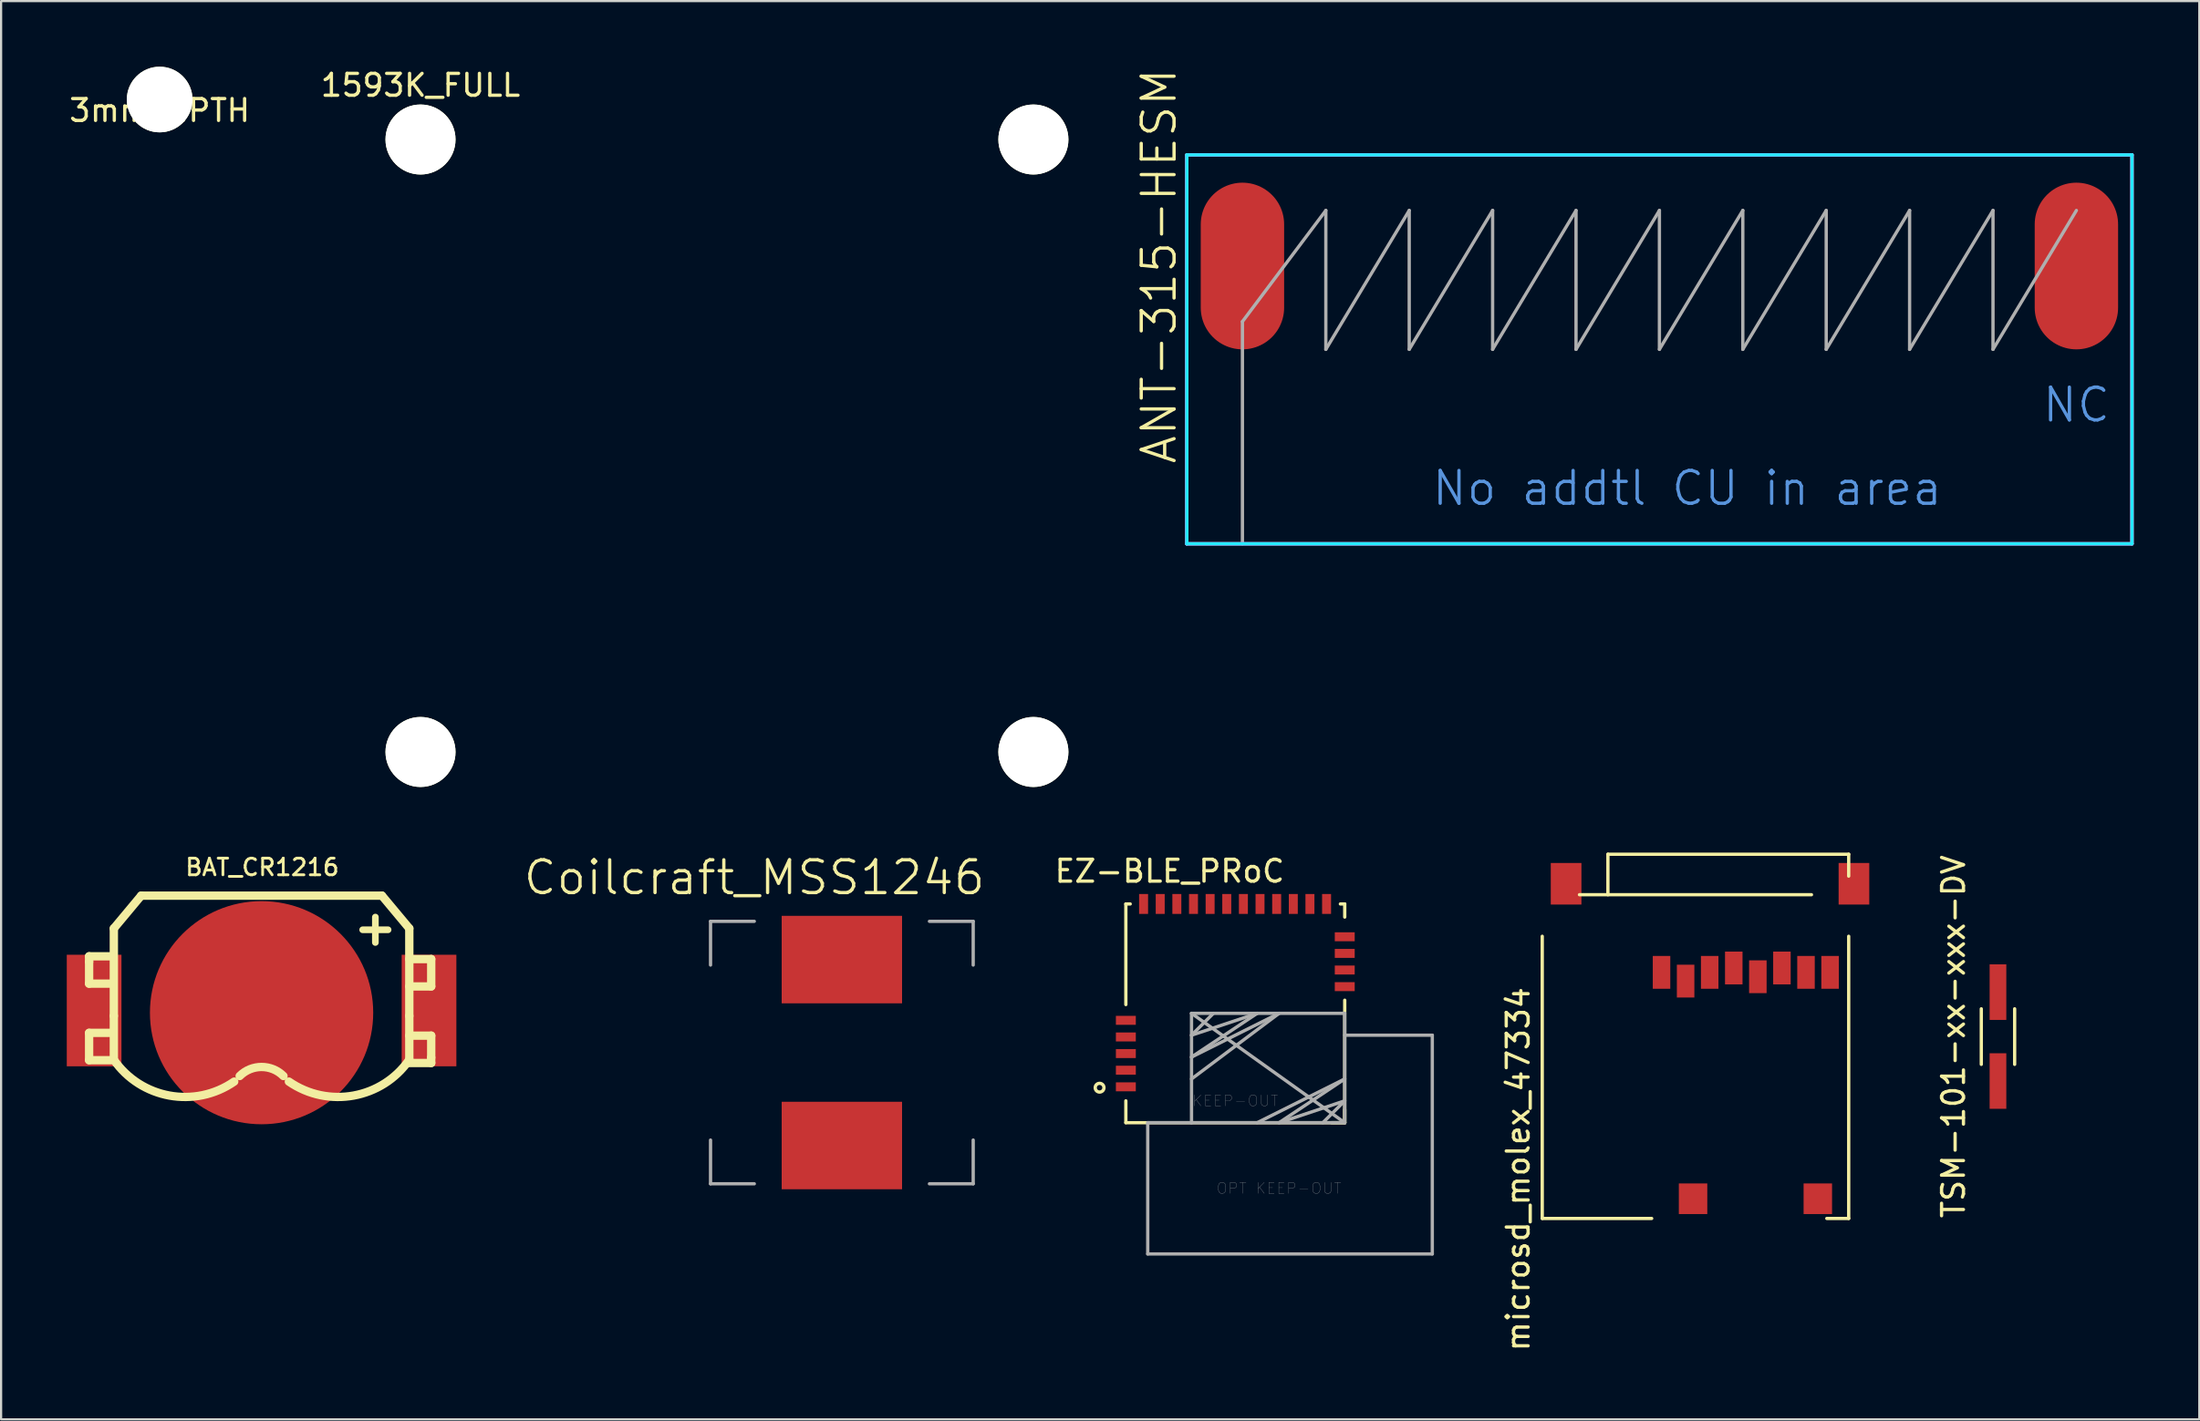
<source format=kicad_pcb>
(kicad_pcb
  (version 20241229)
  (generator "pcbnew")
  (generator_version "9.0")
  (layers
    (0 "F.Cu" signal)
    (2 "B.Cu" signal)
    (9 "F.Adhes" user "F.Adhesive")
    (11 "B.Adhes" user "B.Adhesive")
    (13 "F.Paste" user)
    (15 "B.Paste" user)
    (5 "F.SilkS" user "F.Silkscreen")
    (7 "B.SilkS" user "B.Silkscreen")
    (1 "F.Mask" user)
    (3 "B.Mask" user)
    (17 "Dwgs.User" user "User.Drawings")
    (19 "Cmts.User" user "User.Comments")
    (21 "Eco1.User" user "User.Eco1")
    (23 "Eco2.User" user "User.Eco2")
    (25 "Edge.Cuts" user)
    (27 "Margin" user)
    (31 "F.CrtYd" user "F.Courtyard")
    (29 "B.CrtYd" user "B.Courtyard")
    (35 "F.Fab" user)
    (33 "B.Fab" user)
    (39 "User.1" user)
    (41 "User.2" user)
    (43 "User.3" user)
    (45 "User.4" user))
  (footprint "ANT-315-HESM"
    (layer "F.Cu")
    (at 53.711 9.111)
    (property "Reference" "ANT-315-HESM" (at -3.81 0 90) (layer "F.SilkS") (effects (font (size 1.5 1.5) (thickness 0.15))))
    (attr through_hole)
    (fp_line (start -2.54 -5.08) (end 40.64 -5.08) (stroke (width 0.15) (type solid)) (layer "F.SilkS"))
    (fp_line (start -2.54 12.7) (end -2.54 -5.08) (stroke (width 0.15) (type solid)) (layer "F.SilkS"))
    (fp_line (start 40.64 -5.08) (end 40.64 12.7) (stroke (width 0.15) (type solid)) (layer "F.SilkS"))
    (fp_line (start 40.64 12.7) (end -2.54 12.7) (stroke (width 0.15) (type solid)) (layer "F.SilkS"))
    (fp_line (start -2.54 -5.08) (end 40.64 -5.08) (stroke (width 0.15) (type solid)) (layer "B.CrtYd"))
    (fp_line (start -2.54 12.7) (end -2.54 -5.08) (stroke (width 0.15) (type solid)) (layer "B.CrtYd"))
    (fp_line (start 40.64 -5.08) (end 40.64 12.7) (stroke (width 0.15) (type solid)) (layer "B.CrtYd"))
    (fp_line (start 40.64 12.7) (end -2.54 12.7) (stroke (width 0.15) (type solid)) (layer "B.CrtYd"))
    (fp_line (start -2.54 -5.08) (end 40.64 -5.08) (stroke (width 0.15) (type solid)) (layer "F.CrtYd"))
    (fp_line (start -2.54 12.7) (end -2.54 -5.08) (stroke (width 0.15) (type solid)) (layer "F.CrtYd"))
    (fp_line (start 40.64 -5.08) (end 40.64 12.7) (stroke (width 0.15) (type solid)) (layer "F.CrtYd"))
    (fp_line (start 40.64 12.7) (end -2.54 12.7) (stroke (width 0.15) (type solid)) (layer "F.CrtYd"))
    (fp_line (start 0 2.54) (end 0 12.7) (stroke (width 0.15) (type solid)) (layer "F.Fab"))
    (fp_line (start 0 2.54) (end 3.81 -2.54) (stroke (width 0.15) (type solid)) (layer "F.Fab"))
    (fp_line (start 3.81 -2.54) (end 3.81 3.81) (stroke (width 0.15) (type solid)) (layer "F.Fab"))
    (fp_line (start 3.81 3.81) (end 7.62 -2.54) (stroke (width 0.15) (type solid)) (layer "F.Fab"))
    (fp_line (start 7.62 -2.54) (end 7.62 3.81) (stroke (width 0.15) (type solid)) (layer "F.Fab"))
    (fp_line (start 7.62 3.81) (end 11.43 -2.54) (stroke (width 0.15) (type solid)) (layer "F.Fab"))
    (fp_line (start 11.43 -2.54) (end 11.43 3.81) (stroke (width 0.15) (type solid)) (layer "F.Fab"))
    (fp_line (start 11.43 3.81) (end 15.24 -2.54) (stroke (width 0.15) (type solid)) (layer "F.Fab"))
    (fp_line (start 15.24 -2.54) (end 15.24 3.81) (stroke (width 0.15) (type solid)) (layer "F.Fab"))
    (fp_line (start 15.24 3.81) (end 19.05 -2.54) (stroke (width 0.15) (type solid)) (layer "F.Fab"))
    (fp_line (start 19.05 -2.54) (end 19.05 3.81) (stroke (width 0.15) (type solid)) (layer "F.Fab"))
    (fp_line (start 19.05 3.81) (end 22.86 -2.54) (stroke (width 0.15) (type solid)) (layer "F.Fab"))
    (fp_line (start 22.86 -2.54) (end 22.86 3.81) (stroke (width 0.15) (type solid)) (layer "F.Fab"))
    (fp_line (start 22.86 3.81) (end 26.67 -2.54) (stroke (width 0.15) (type solid)) (layer "F.Fab"))
    (fp_line (start 26.67 -2.54) (end 26.67 3.81) (stroke (width 0.15) (type solid)) (layer "F.Fab"))
    (fp_line (start 26.67 3.81) (end 30.48 -2.54) (stroke (width 0.15) (type solid)) (layer "F.Fab"))
    (fp_line (start 30.48 -2.54) (end 30.48 3.81) (stroke (width 0.15) (type solid)) (layer "F.Fab"))
    (fp_line (start 30.48 3.81) (end 34.29 -2.54) (stroke (width 0.15) (type solid)) (layer "F.Fab"))
    (fp_line (start 34.29 -2.54) (end 34.29 3.81) (stroke (width 0.15) (type solid)) (layer "F.Fab"))
    (fp_line (start 34.29 3.81) (end 38.1 -2.54) (stroke (width 0.15) (type solid)) (layer "F.Fab"))
    (fp_text user "NC" (at 38.1 6.35 180) (layer "Cmts.User") (effects (font (size 1.5 1.5) (thickness 0.15))))
    (fp_text user "No addtl CU in area" (at 20.32 10.16 0) (layer "Cmts.User") (effects (font (size 1.5 1.5) (thickness 0.15))))
    (pad "1" smd oval (at 0 0) (size 3.81 7.62) (layers "F.Cu" "F.Mask" "F.Paste"))
    (pad "2" smd oval (at 38.1 0) (size 3.81 7.62) (layers "F.Cu" "F.Mask" "F.Paste")))
  (footprint "1593K_FULL"
    (layer "F.Cu")
    (at 16.161 31.328)
    (property "Reference" "1593K_FULL" (at 0 -30.48 0) (layer "F.SilkS") (effects (font (size 1 1) (thickness 0.15))))
    (attr through_hole)
    (pad "" np_thru_hole circle (at 0 -28) (size 3.2 3.2) (drill 3.2) (layers "*.Cu" "*.Mask" "F.SilkS"))
    (pad "" np_thru_hole circle (at 0 0) (size 3.2 3.2) (drill 3.2) (layers "*.Cu" "*.Mask" "F.SilkS"))
    (pad "" np_thru_hole circle (at 28 -28) (size 3.2 3.2) (drill 3.2) (layers "*.Cu" "*.Mask" "F.SilkS"))
    (pad "" np_thru_hole circle (at 28 0) (size 3.2 3.2) (drill 3.2) (layers "*.Cu" "*.Mask" "F.SilkS")))
  (footprint "Coilcraft_MSS1246"
    (layer "F.Cu")
    (at 35.411 45.069)
    (property "Reference" "Coilcraft_MSS1246" (at -4 -8 0) (layer "F.SilkS") (effects (font (size 1.5 1.5) (thickness 0.15))))
    (attr through_hole)
    (fp_line (start -6 -6) (end -4 -6) (stroke (width 0.15) (type solid)) (layer "F.Fab"))
    (fp_line (start -6 -4) (end -6 -6) (stroke (width 0.15) (type solid)) (layer "F.Fab"))
    (fp_line (start -6 6) (end -6 4) (stroke (width 0.15) (type solid)) (layer "F.Fab"))
    (fp_line (start -4 6) (end -6 6) (stroke (width 0.15) (type solid)) (layer "F.Fab"))
    (fp_line (start 4 -6) (end 6 -6) (stroke (width 0.15) (type solid)) (layer "F.Fab"))
    (fp_line (start 6 -6) (end 6 -4) (stroke (width 0.15) (type solid)) (layer "F.Fab"))
    (fp_line (start 6 4) (end 6 6) (stroke (width 0.15) (type solid)) (layer "F.Fab"))
    (fp_line (start 6 6) (end 4 6) (stroke (width 0.15) (type solid)) (layer "F.Fab"))
    (pad "1" smd rect (at 0 -4.25) (size 5.5 4) (layers "F.Cu" "F.Mask" "F.Paste"))
    (pad "2" smd rect (at 0 4.25) (size 5.5 4) (layers "F.Cu" "F.Mask" "F.Paste")))
  (footprint "microsd_molex_47334"
    (layer "F.Cu")
    (at 79.998 51.753)
    (property "Reference" "microsd_molex_47334" (at -13.69 -1.35 90) (layer "F.SilkS") (effects (font (size 1 1) (thickness 0.15))))
    (attr through_hole)
    (fp_line (start -12.59 -12) (end -12.59 0.9) (stroke (width 0.15) (type solid)) (layer "F.SilkS"))
    (fp_line (start -12.59 0.9) (end -7.59 0.9) (stroke (width 0.15) (type solid)) (layer "F.SilkS"))
    (fp_line (start -10.89 -13.9) (end -0.29 -13.9) (stroke (width 0.15) (type solid)) (layer "F.SilkS"))
    (fp_line (start -9.59 -15.75) (end -9.59 -13.9) (stroke (width 0.15) (type solid)) (layer "F.SilkS"))
    (fp_line (start 0.41 0.9) (end 1.41 0.9) (stroke (width 0.15) (type solid)) (layer "F.SilkS"))
    (fp_line (start 1.41 -15.75) (end -9.59 -15.75) (stroke (width 0.15) (type solid)) (layer "F.SilkS"))
    (fp_line (start 1.41 -14.75) (end 1.41 -15.75) (stroke (width 0.15) (type solid)) (layer "F.SilkS"))
    (fp_line (start 1.41 -12) (end 1.41 0.9) (stroke (width 0.15) (type solid)) (layer "F.SilkS"))
    (pad "1" smd rect (at -7.14 -10.35) (size 0.8 1.5) (layers "F.Cu" "F.Mask" "F.Paste"))
    (pad "2" smd rect (at -6.04 -9.95) (size 0.8 1.5) (layers "F.Cu" "F.Mask" "F.Paste"))
    (pad "3" smd rect (at -4.94 -10.35) (size 0.8 1.5) (layers "F.Cu" "F.Mask" "F.Paste"))
    (pad "4" smd rect (at -3.84 -10.55) (size 0.8 1.5) (layers "F.Cu" "F.Mask" "F.Paste"))
    (pad "5" smd rect (at -2.74 -10.15) (size 0.8 1.5) (layers "F.Cu" "F.Mask" "F.Paste"))
    (pad "6" smd rect (at -1.64 -10.55) (size 0.8 1.5) (layers "F.Cu" "F.Mask" "F.Paste"))
    (pad "7" smd rect (at -0.54 -10.35) (size 0.8 1.5) (layers "F.Cu" "F.Mask" "F.Paste"))
    (pad "8" smd rect (at 0.56 -10.35) (size 0.8 1.5) (layers "F.Cu" "F.Mask" "F.Paste"))
    (pad "CS" smd rect (at -11.5 -14.4) (size 1.4 1.9) (layers "F.Cu" "F.Mask" "F.Paste"))
    (pad "CS" smd rect (at -5.7 0) (size 1.3 1.4) (layers "F.Cu" "F.Mask" "F.Paste"))
    (pad "CS" smd rect (at 0 0) (size 1.3 1.4) (layers "F.Cu" "F.Mask" "F.Paste"))
    (pad "CS" smd rect (at 1.65 -14.4) (size 1.4 1.9) (layers "F.Cu" "F.Mask" "F.Paste")))
  (footprint "TSM-101-xx-xxx-DV"
    (layer "F.Cu")
    (at 88.228 44.339)
    (property "Reference" "TSM-101-xx-xxx-DV" (at -2.032 0 90) (layer "F.SilkS") (effects (font (size 1 1) (thickness 0.15))))
    (attr through_hole)
    (fp_line (start -0.762 1.27) (end -0.762 -1.27) (stroke (width 0.15) (type solid)) (layer "F.SilkS"))
    (fp_line (start 0.762 1.27) (end 0.762 -1.27) (stroke (width 0.15) (type solid)) (layer "F.SilkS"))
    (pad "1" smd rect (at 0 -2.032) (size 0.762 2.54) (layers "F.Cu" "F.Mask" "F.Paste"))
    (pad "2" smd rect (at 0 2.032) (size 0.762 2.54) (layers "F.Cu" "F.Mask" "F.Paste")))
  (footprint "EZ-BLE_PRoC"
    (layer "F.Cu")
    (at 48.385 48.276)
    (property "Reference" "EZ-BLE_PRoC" (at 2 -11.5 0) (layer "F.SilkS") (effects (font (size 1 1) (thickness 0.15))))
    (attr through_hole)
    (fp_line (start 0 -10) (end 0 -5.4) (stroke (width 0.15) (type solid)) (layer "F.SilkS"))
    (fp_line (start 0 -1) (end 0 0) (stroke (width 0.15) (type solid)) (layer "F.SilkS"))
    (fp_line (start 0 0) (end 10 0) (stroke (width 0.15) (type solid)) (layer "F.SilkS"))
    (fp_line (start 0.2 -10) (end 0 -10) (stroke (width 0.15) (type solid)) (layer "F.SilkS"))
    (fp_line (start 10 -10) (end 9.8 -10) (stroke (width 0.15) (type solid)) (layer "F.SilkS"))
    (fp_line (start 10 -10) (end 10 -9.4) (stroke (width 0.15) (type solid)) (layer "F.SilkS"))
    (fp_line (start 10 -0.6) (end 10 0) (stroke (width 0.15) (type solid)) (layer "F.SilkS"))
    (fp_line (start 10 0) (end 9.4 0) (stroke (width 0.15) (type solid)) (layer "F.SilkS"))
    (fp_line (start 10 0) (end 10 -5.6) (stroke (width 0.15) (type solid)) (layer "F.SilkS"))
    (fp_circle (center -1.2 -1.6) (end -1.2 -1.8) (stroke (width 0.15) (type solid)) (fill no) (layer "F.SilkS"))
    (fp_line (start 1 0) (end 3 0) (stroke (width 0.15) (type solid)) (layer "F.Fab"))
    (fp_line (start 1 6) (end 1 0) (stroke (width 0.15) (type solid)) (layer "F.Fab"))
    (fp_line (start 3 -5) (end 3 0) (stroke (width 0.15) (type solid)) (layer "F.Fab"))
    (fp_line (start 3 -5) (end 10 0) (stroke (width 0.15) (type solid)) (layer "F.Fab"))
    (fp_line (start 3 -4) (end 4 -5) (stroke (width 0.15) (type solid)) (layer "F.Fab"))
    (fp_line (start 3 -3) (end 6 -5) (stroke (width 0.15) (type solid)) (layer "F.Fab"))
    (fp_line (start 3 -2) (end 7 -5) (stroke (width 0.15) (type solid)) (layer "F.Fab"))
    (fp_line (start 3 0) (end 10 0) (stroke (width 0.15) (type solid)) (layer "F.Fab"))
    (fp_line (start 6 -5) (end 3 -4) (stroke (width 0.15) (type solid)) (layer "F.Fab"))
    (fp_line (start 6 0) (end 10 -2) (stroke (width 0.15) (type solid)) (layer "F.Fab"))
    (fp_line (start 7 -5) (end 3 -3) (stroke (width 0.15) (type solid)) (layer "F.Fab"))
    (fp_line (start 7 0) (end 10 -1) (stroke (width 0.15) (type solid)) (layer "F.Fab"))
    (fp_line (start 10 -5) (end 3 -5) (stroke (width 0.15) (type solid)) (layer "F.Fab"))
    (fp_line (start 10 -4) (end 14 -4) (stroke (width 0.15) (type solid)) (layer "F.Fab"))
    (fp_line (start 10 -2) (end 7 0) (stroke (width 0.15) (type solid)) (layer "F.Fab"))
    (fp_line (start 10 -1) (end 9 0) (stroke (width 0.15) (type solid)) (layer "F.Fab"))
    (fp_line (start 10 0) (end 10 -5) (stroke (width 0.15) (type solid)) (layer "F.Fab"))
    (fp_line (start 14 -4) (end 14 6) (stroke (width 0.15) (type solid)) (layer "F.Fab"))
    (fp_line (start 14 6) (end 1 6) (stroke (width 0.15) (type solid)) (layer "F.Fab"))
    (fp_text user "KEEP-OUT" (at 5 -1 180) (layer "F.Fab") (effects (font (size 0.5 0.5) (thickness 0.01))))
    (fp_text user "OPT KEEP-OUT" (at 7 3 0) (layer "F.Fab") (effects (font (size 0.5 0.5) (thickness 0.01))))
    (pad "1" smd rect (at 0 -1.64) (size 0.91 0.41) (layers "F.Cu" "F.Mask" "F.Paste"))
    (pad "2" smd rect (at 0 -2.4) (size 0.91 0.41) (layers "F.Cu" "F.Mask" "F.Paste"))
    (pad "3" smd rect (at 0 -3.16) (size 0.91 0.41) (layers "F.Cu" "F.Mask" "F.Paste"))
    (pad "4" smd rect (at 0 -3.92) (size 0.91 0.41) (layers "F.Cu" "F.Mask" "F.Paste"))
    (pad "5" smd rect (at 0 -4.68) (size 0.91 0.41) (layers "F.Cu" "F.Mask" "F.Paste"))
    (pad "6" smd rect (at 0.81 -10 90) (size 0.91 0.41) (layers "F.Cu" "F.Mask" "F.Paste"))
    (pad "7" smd rect (at 1.57 -10 90) (size 0.91 0.41) (layers "F.Cu" "F.Mask" "F.Paste"))
    (pad "8" smd rect (at 2.33 -10 90) (size 0.91 0.41) (layers "F.Cu" "F.Mask" "F.Paste"))
    (pad "9" smd rect (at 3.09 -10 90) (size 0.91 0.41) (layers "F.Cu" "F.Mask" "F.Paste"))
    (pad "10" smd rect (at 3.85 -10 90) (size 0.91 0.41) (layers "F.Cu" "F.Mask" "F.Paste"))
    (pad "11" smd rect (at 4.61 -10 90) (size 0.91 0.41) (layers "F.Cu" "F.Mask" "F.Paste"))
    (pad "12" smd rect (at 5.37 -10 90) (size 0.91 0.41) (layers "F.Cu" "F.Mask" "F.Paste"))
    (pad "13" smd rect (at 6.13 -10 90) (size 0.91 0.41) (layers "F.Cu" "F.Mask" "F.Paste"))
    (pad "14" smd rect (at 6.89 -10 90) (size 0.91 0.41) (layers "F.Cu" "F.Mask" "F.Paste"))
    (pad "15" smd rect (at 7.65 -10 90) (size 0.91 0.41) (layers "F.Cu" "F.Mask" "F.Paste"))
    (pad "16" smd rect (at 8.41 -10 90) (size 0.91 0.41) (layers "F.Cu" "F.Mask" "F.Paste"))
    (pad "17" smd rect (at 9.17 -10 90) (size 0.91 0.41) (layers "F.Cu" "F.Mask" "F.Paste"))
    (pad "18" smd rect (at 10 -8.5) (size 0.91 0.41) (layers "F.Cu" "F.Mask" "F.Paste"))
    (pad "19" smd rect (at 10 -7.74) (size 0.91 0.41) (layers "F.Cu" "F.Mask" "F.Paste"))
    (pad "20" smd rect (at 10 -6.98) (size 0.91 0.41) (layers "F.Cu" "F.Mask" "F.Paste"))
    (pad "21" smd rect (at 10 -6.22) (size 0.91 0.41) (layers "F.Cu" "F.Mask" "F.Paste")))
  (footprint "BAT_CR1216"
    (layer "F.Cu")
    (at 8.9 43.247)
    (property "Reference" "BAT_CR1216" (at 0.03 -6.65 0) (layer "F.SilkS") (effects (font (size 0.762 0.762) (thickness 0.127))))
    (attr through_hole)
    (fp_line (start -7.879 -2.578) (end -6.878 -2.578) (stroke (width 0.381) (type solid)) (layer "F.SilkS"))
    (fp_line (start -7.879 -2.329) (end -7.879 -2.578) (stroke (width 0.381) (type solid)) (layer "F.SilkS"))
    (fp_line (start -7.879 -1.328) (end -7.879 -2.329) (stroke (width 0.381) (type solid)) (layer "F.SilkS"))
    (fp_line (start -7.879 0.922) (end -6.878 0.922) (stroke (width 0.381) (type solid)) (layer "F.SilkS"))
    (fp_line (start -7.879 2.172) (end -7.879 0.922) (stroke (width 0.381) (type solid)) (layer "F.SilkS"))
    (fp_line (start -6.878 -1.328) (end -7.879 -1.328) (stroke (width 0.381) (type solid)) (layer "F.SilkS"))
    (fp_line (start -6.878 2.172) (end -7.879 2.172) (stroke (width 0.381) (type solid)) (layer "F.SilkS"))
    (fp_line (start -6.749 -3.853) (end -6.749 0.147) (stroke (width 0.381) (type solid)) (layer "F.SilkS"))
    (fp_line (start -6.749 0.147) (end -6.749 2.149) (stroke (width 0.381) (type solid)) (layer "F.SilkS"))
    (fp_line (start -5.499 -5.352) (end -6.749 -3.853) (stroke (width 0.381) (type solid)) (layer "F.SilkS"))
    (fp_line (start 5.499 -5.352) (end -5.499 -5.352) (stroke (width 0.381) (type solid)) (layer "F.SilkS"))
    (fp_line (start 5.499 -5.352) (end 6.749 -3.853) (stroke (width 0.381) (type solid)) (layer "F.SilkS"))
    (fp_line (start 6.749 -3.853) (end 6.749 0.147) (stroke (width 0.381) (type solid)) (layer "F.SilkS"))
    (fp_line (start 6.749 -2.451) (end 7.75 -2.451) (stroke (width 0.381) (type solid)) (layer "F.SilkS"))
    (fp_line (start 6.749 0.147) (end 6.749 2.149) (stroke (width 0.381) (type solid)) (layer "F.SilkS"))
    (fp_line (start 6.749 1.049) (end 7.75 1.049) (stroke (width 0.381) (type solid)) (layer "F.SilkS"))
    (fp_line (start 7.75 -2.451) (end 7.75 -1.201) (stroke (width 0.381) (type solid)) (layer "F.SilkS"))
    (fp_line (start 7.75 -1.201) (end 6.749 -1.201) (stroke (width 0.381) (type solid)) (layer "F.SilkS"))
    (fp_line (start 7.75 1.049) (end 7.75 2.05) (stroke (width 0.381) (type solid)) (layer "F.SilkS"))
    (fp_line (start 7.75 2.05) (end 7.75 2.299) (stroke (width 0.381) (type solid)) (layer "F.SilkS"))
    (fp_line (start 7.75 2.299) (end 6.749 2.299) (stroke (width 0.381) (type solid)) (layer "F.SilkS"))
    (fp_arc (start -1.24968 3.1496) (mid -4.207764 3.788647) (end -6.75132 2.14884) (stroke (width 0.381) (type solid)) (layer "F.SilkS"))
    (fp_arc (start -1.00076 2.8956) (mid 0 2.481072) (end 1.00076 2.8956) (stroke (width 0.381) (type solid)) (layer "F.SilkS"))
    (fp_arc (start 6.74878 2.14884) (mid 4.205224 3.788647) (end 1.24714 3.1496) (stroke (width 0.381) (type solid)) (layer "F.SilkS"))
    (fp_text user "+" (at 5.199 -3.899 0) (layer "F.SilkS") (effects (font (size 1.524 1.524) (thickness 0.305))))
    (pad "1" smd rect (at -7.65 -0.099 180) (size 2.499 5.1) (layers "F.Cu" "F.Mask" "F.Paste"))
    (pad "1" smd rect (at 7.65 -0.099 180) (size 2.499 5.1) (layers "F.Cu" "F.Mask" "F.Paste"))
    (pad "2" smd circle (at 0 0 180) (size 10.201 10.201) (layers "F.Cu" "F.Mask" "F.Paste")))
  (footprint "3mm_NPTH"
    (layer "F.Cu")
    (at 4.244 1.5)
    (property "Reference" "3mm_NPTH" (at 0 0.5 0) (layer "F.SilkS") (effects (font (size 1 1) (thickness 0.15))))
    (attr through_hole)
    (pad "" np_thru_hole circle (at 0 0) (size 3 3) (drill 3) (layers "*.Cu" "*.Mask" "F.SilkS")))
  (gr_rect
    (start -3 -3)
    (end 97.426 61.838)
    (stroke (width 0.1) (type default))
    (fill no)
    (layer "Edge.Cuts")))
</source>
